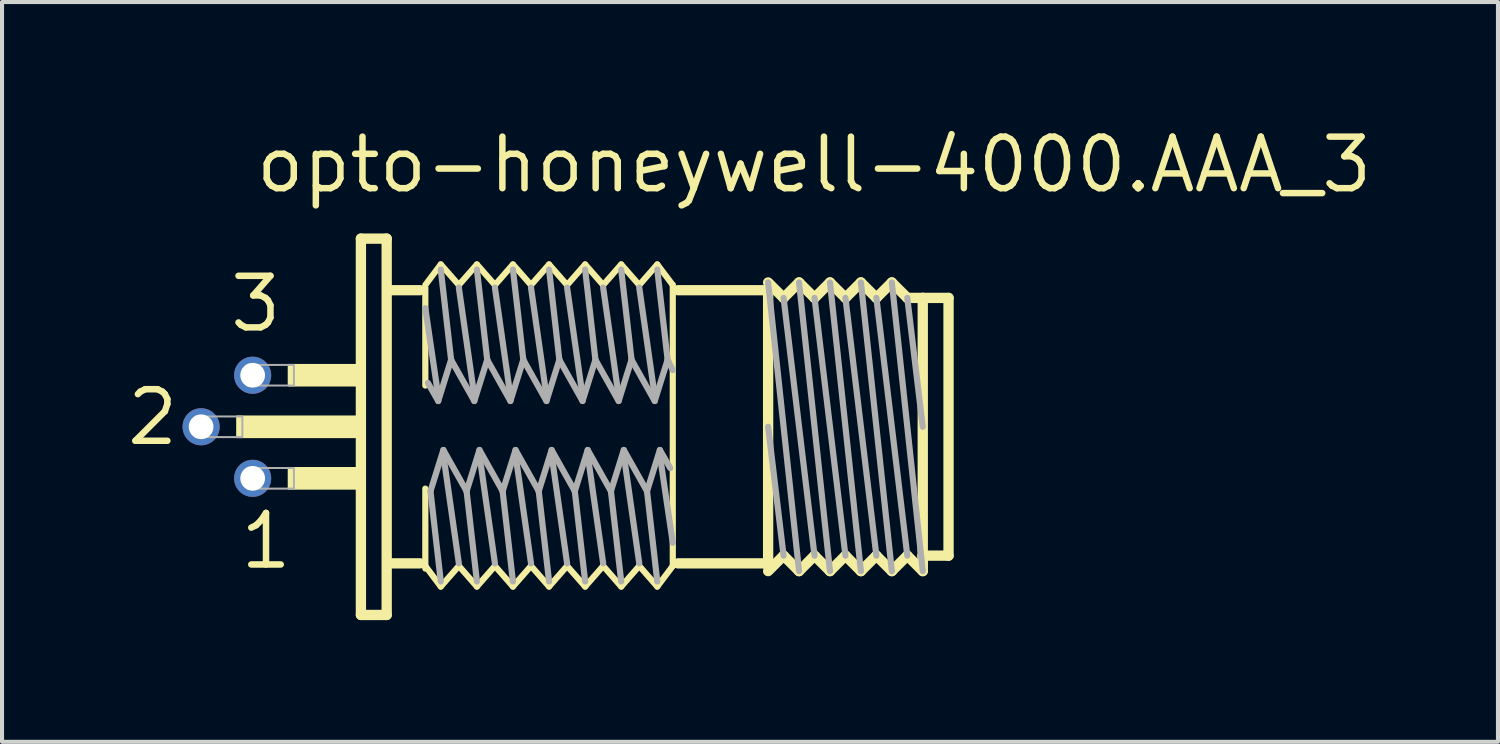
<source format=kicad_pcb>
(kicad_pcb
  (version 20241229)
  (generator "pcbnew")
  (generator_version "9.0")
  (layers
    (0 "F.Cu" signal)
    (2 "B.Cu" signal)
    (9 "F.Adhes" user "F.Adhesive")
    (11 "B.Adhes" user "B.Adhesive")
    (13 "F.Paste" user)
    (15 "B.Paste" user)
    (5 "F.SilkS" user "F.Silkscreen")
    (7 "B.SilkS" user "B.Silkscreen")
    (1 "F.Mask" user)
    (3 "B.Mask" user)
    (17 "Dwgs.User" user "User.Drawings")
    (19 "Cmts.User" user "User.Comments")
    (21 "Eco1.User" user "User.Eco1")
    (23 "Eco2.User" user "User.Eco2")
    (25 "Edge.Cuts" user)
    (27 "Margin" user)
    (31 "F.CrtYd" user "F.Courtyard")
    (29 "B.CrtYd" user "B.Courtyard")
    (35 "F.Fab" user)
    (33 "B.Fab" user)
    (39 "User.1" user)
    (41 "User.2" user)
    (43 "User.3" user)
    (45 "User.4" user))
  (footprint "opto-honeywell-4000.AAA_3"
    (layer "F.Cu")
    (at 5.715 7.465)
    (property "Reference" "opto-honeywell-4000.AAA_3" (at -2.54 -5.715 0) (layer "F.SilkS") (effects (font (size 1.27 1.27) (thickness 0.16)) (justify left bottom)))
    (attr through_hole)
    (fp_line (start 0.127 -4.636) (end 0.762 -4.636) (stroke (width 0.254) (type default)) (layer "F.SilkS"))
    (fp_line (start 0.127 4.636) (end 0.127 -4.636) (stroke (width 0.254) (type default)) (layer "F.SilkS"))
    (fp_line (start 0.762 -4.636) (end 0.762 4.636) (stroke (width 0.254) (type default)) (layer "F.SilkS"))
    (fp_line (start 0.762 4.636) (end 0.127 4.636) (stroke (width 0.254) (type default)) (layer "F.SilkS"))
    (fp_line (start 0.889 -3.365) (end 1.587 -3.365) (stroke (width 0.254) (type default)) (layer "F.SilkS"))
    (fp_line (start 0.889 3.365) (end 1.587 3.365) (stroke (width 0.254) (type default)) (layer "F.SilkS"))
    (fp_line (start 1.714 -3.493) (end 2.095 -4) (stroke (width 0.152) (type default)) (layer "F.SilkS"))
    (fp_line (start 1.714 -1.016) (end 1.714 -3.429) (stroke (width 0.152) (type default)) (layer "F.SilkS"))
    (fp_line (start 1.714 3.429) (end 1.714 1.524) (stroke (width 0.152) (type default)) (layer "F.SilkS"))
    (fp_line (start 1.714 3.493) (end 1.714 3.429) (stroke (width 0.152) (type default)) (layer "F.SilkS"))
    (fp_line (start 2.095 -4) (end 2.54 -3.493) (stroke (width 0.152) (type default)) (layer "F.SilkS"))
    (fp_line (start 2.095 3.937) (end 1.714 3.429) (stroke (width 0.152) (type default)) (layer "F.SilkS"))
    (fp_line (start 2.54 -3.493) (end 2.985 -4) (stroke (width 0.152) (type default)) (layer "F.SilkS"))
    (fp_line (start 2.54 3.429) (end 2.095 3.937) (stroke (width 0.152) (type default)) (layer "F.SilkS"))
    (fp_line (start 2.985 -4) (end 3.429 -3.493) (stroke (width 0.152) (type default)) (layer "F.SilkS"))
    (fp_line (start 2.985 3.937) (end 2.54 3.429) (stroke (width 0.152) (type default)) (layer "F.SilkS"))
    (fp_line (start 3.429 -3.493) (end 3.873 -4) (stroke (width 0.152) (type default)) (layer "F.SilkS"))
    (fp_line (start 3.429 3.429) (end 2.985 3.937) (stroke (width 0.152) (type default)) (layer "F.SilkS"))
    (fp_line (start 3.873 -4) (end 4.318 -3.493) (stroke (width 0.152) (type default)) (layer "F.SilkS"))
    (fp_line (start 3.873 3.937) (end 3.429 3.429) (stroke (width 0.152) (type default)) (layer "F.SilkS"))
    (fp_line (start 4.318 -3.493) (end 4.763 -4) (stroke (width 0.152) (type default)) (layer "F.SilkS"))
    (fp_line (start 4.318 3.429) (end 3.873 3.937) (stroke (width 0.152) (type default)) (layer "F.SilkS"))
    (fp_line (start 4.763 -4) (end 5.207 -3.493) (stroke (width 0.152) (type default)) (layer "F.SilkS"))
    (fp_line (start 4.763 3.937) (end 4.318 3.429) (stroke (width 0.152) (type default)) (layer "F.SilkS"))
    (fp_line (start 5.207 -3.493) (end 5.652 -4) (stroke (width 0.152) (type default)) (layer "F.SilkS"))
    (fp_line (start 5.207 3.429) (end 4.763 3.937) (stroke (width 0.152) (type default)) (layer "F.SilkS"))
    (fp_line (start 5.652 -4) (end 6.096 -3.493) (stroke (width 0.152) (type default)) (layer "F.SilkS"))
    (fp_line (start 5.652 3.937) (end 5.207 3.429) (stroke (width 0.152) (type default)) (layer "F.SilkS"))
    (fp_line (start 6.096 -3.493) (end 6.54 -4) (stroke (width 0.152) (type default)) (layer "F.SilkS"))
    (fp_line (start 6.096 3.429) (end 5.652 3.937) (stroke (width 0.152) (type default)) (layer "F.SilkS"))
    (fp_line (start 6.54 -4) (end 6.985 -3.493) (stroke (width 0.152) (type default)) (layer "F.SilkS"))
    (fp_line (start 6.54 3.937) (end 6.096 3.429) (stroke (width 0.152) (type default)) (layer "F.SilkS"))
    (fp_line (start 6.985 -3.493) (end 7.429 -4) (stroke (width 0.152) (type default)) (layer "F.SilkS"))
    (fp_line (start 6.985 3.429) (end 6.54 3.937) (stroke (width 0.152) (type default)) (layer "F.SilkS"))
    (fp_line (start 7.429 -4) (end 7.811 -3.493) (stroke (width 0.152) (type default)) (layer "F.SilkS"))
    (fp_line (start 7.429 3.937) (end 6.985 3.429) (stroke (width 0.152) (type default)) (layer "F.SilkS"))
    (fp_line (start 7.811 -3.493) (end 7.811 3.429) (stroke (width 0.152) (type default)) (layer "F.SilkS"))
    (fp_line (start 7.811 3.429) (end 7.429 3.937) (stroke (width 0.152) (type default)) (layer "F.SilkS"))
    (fp_line (start 7.938 -3.365) (end 10.16 -3.365) (stroke (width 0.254) (type default)) (layer "F.SilkS"))
    (fp_line (start 10.16 -3.556) (end 10.541 -3.175) (stroke (width 0.254) (type default)) (layer "F.SilkS"))
    (fp_line (start 10.16 -3.365) (end 10.16 -3.429) (stroke (width 0.254) (type default)) (layer "F.SilkS"))
    (fp_line (start 10.16 3.365) (end 7.938 3.365) (stroke (width 0.254) (type default)) (layer "F.SilkS"))
    (fp_line (start 10.16 3.365) (end 10.16 -3.365) (stroke (width 0.254) (type default)) (layer "F.SilkS"))
    (fp_line (start 10.16 3.429) (end 10.16 3.365) (stroke (width 0.254) (type default)) (layer "F.SilkS"))
    (fp_line (start 10.541 -3.175) (end 10.922 -3.556) (stroke (width 0.254) (type default)) (layer "F.SilkS"))
    (fp_line (start 10.541 3.175) (end 10.16 3.556) (stroke (width 0.254) (type default)) (layer "F.SilkS"))
    (fp_line (start 10.922 -3.556) (end 11.303 -3.175) (stroke (width 0.254) (type default)) (layer "F.SilkS"))
    (fp_line (start 10.922 3.556) (end 10.541 3.175) (stroke (width 0.254) (type default)) (layer "F.SilkS"))
    (fp_line (start 10.922 3.556) (end 11.303 3.175) (stroke (width 0.254) (type default)) (layer "F.SilkS"))
    (fp_line (start 11.303 -3.175) (end 11.684 -3.556) (stroke (width 0.254) (type default)) (layer "F.SilkS"))
    (fp_line (start 11.303 3.175) (end 11.684 3.556) (stroke (width 0.254) (type default)) (layer "F.SilkS"))
    (fp_line (start 11.684 -3.556) (end 12.065 -3.175) (stroke (width 0.254) (type default)) (layer "F.SilkS"))
    (fp_line (start 12.065 -3.175) (end 12.446 -3.556) (stroke (width 0.254) (type default)) (layer "F.SilkS"))
    (fp_line (start 12.065 3.175) (end 11.684 3.556) (stroke (width 0.254) (type default)) (layer "F.SilkS"))
    (fp_line (start 12.446 -3.556) (end 12.827 -3.175) (stroke (width 0.254) (type default)) (layer "F.SilkS"))
    (fp_line (start 12.446 3.556) (end 12.065 3.175) (stroke (width 0.254) (type default)) (layer "F.SilkS"))
    (fp_line (start 12.827 -3.175) (end 13.208 -3.556) (stroke (width 0.254) (type default)) (layer "F.SilkS"))
    (fp_line (start 12.827 3.175) (end 12.446 3.556) (stroke (width 0.254) (type default)) (layer "F.SilkS"))
    (fp_line (start 13.208 -3.556) (end 13.589 -3.175) (stroke (width 0.254) (type default)) (layer "F.SilkS"))
    (fp_line (start 13.208 3.556) (end 12.827 3.175) (stroke (width 0.254) (type default)) (layer "F.SilkS"))
    (fp_line (start 13.589 -3.175) (end 13.97 -3.175) (stroke (width 0.254) (type default)) (layer "F.SilkS"))
    (fp_line (start 13.589 3.175) (end 13.208 3.556) (stroke (width 0.254) (type default)) (layer "F.SilkS"))
    (fp_line (start 13.97 -3.175) (end 14.605 -3.175) (stroke (width 0.254) (type default)) (layer "F.SilkS"))
    (fp_line (start 13.97 3.175) (end 13.97 -3.175) (stroke (width 0.254) (type default)) (layer "F.SilkS"))
    (fp_line (start 13.97 3.175) (end 13.97 3.556) (stroke (width 0.254) (type default)) (layer "F.SilkS"))
    (fp_line (start 13.97 3.429) (end 13.97 3.175) (stroke (width 0.254) (type default)) (layer "F.SilkS"))
    (fp_line (start 13.97 3.556) (end 13.589 3.175) (stroke (width 0.254) (type default)) (layer "F.SilkS"))
    (fp_line (start 14.605 -3.175) (end 14.605 3.175) (stroke (width 0.254) (type default)) (layer "F.SilkS"))
    (fp_line (start 14.605 3.175) (end 13.97 3.175) (stroke (width 0.254) (type default)) (layer "F.SilkS"))
    (fp_rect (start -2.921 0.254) (end 0 -0.254) (stroke (width 0.05) (type default)) (fill yes) (layer "F.SilkS"))
    (fp_rect (start -1.651 -1.016) (end 0 -1.524) (stroke (width 0.05) (type default)) (fill yes) (layer "F.SilkS"))
    (fp_rect (start -1.651 1.524) (end 0 1.016) (stroke (width 0.05) (type default)) (fill yes) (layer "F.SilkS"))
    (fp_line (start 1.714 -2.921) (end 2.032 -0.762) (stroke (width 0.152) (type default)) (layer "F.Fab"))
    (fp_line (start 1.778 -1.079) (end 2.032 -0.635) (stroke (width 0.152) (type default)) (layer "F.Fab"))
    (fp_line (start 2.032 -0.635) (end 2.349 -1.651) (stroke (width 0.152) (type default)) (layer "F.Fab"))
    (fp_line (start 2.095 -3.873) (end 2.349 -1.651) (stroke (width 0.152) (type default)) (layer "F.Fab"))
    (fp_line (start 2.095 3.81) (end 1.841 1.587) (stroke (width 0.152) (type default)) (layer "F.Fab"))
    (fp_line (start 2.159 0.572) (end 1.841 1.587) (stroke (width 0.152) (type default)) (layer "F.Fab"))
    (fp_line (start 2.349 -1.651) (end 2.921 -0.635) (stroke (width 0.152) (type default)) (layer "F.Fab"))
    (fp_line (start 2.54 -3.429) (end 2.921 -0.762) (stroke (width 0.152) (type default)) (layer "F.Fab"))
    (fp_line (start 2.54 3.365) (end 2.159 0.699) (stroke (width 0.152) (type default)) (layer "F.Fab"))
    (fp_line (start 2.731 1.587) (end 2.159 0.572) (stroke (width 0.152) (type default)) (layer "F.Fab"))
    (fp_line (start 2.921 -0.635) (end 3.239 -1.651) (stroke (width 0.152) (type default)) (layer "F.Fab"))
    (fp_line (start 2.985 -3.873) (end 3.239 -1.651) (stroke (width 0.152) (type default)) (layer "F.Fab"))
    (fp_line (start 2.985 3.81) (end 2.731 1.587) (stroke (width 0.152) (type default)) (layer "F.Fab"))
    (fp_line (start 3.048 0.572) (end 2.731 1.587) (stroke (width 0.152) (type default)) (layer "F.Fab"))
    (fp_line (start 3.239 -1.651) (end 3.81 -0.635) (stroke (width 0.152) (type default)) (layer "F.Fab"))
    (fp_line (start 3.429 -3.429) (end 3.81 -0.762) (stroke (width 0.152) (type default)) (layer "F.Fab"))
    (fp_line (start 3.429 3.365) (end 3.048 0.699) (stroke (width 0.152) (type default)) (layer "F.Fab"))
    (fp_line (start 3.619 1.587) (end 3.048 0.572) (stroke (width 0.152) (type default)) (layer "F.Fab"))
    (fp_line (start 3.81 -0.635) (end 4.128 -1.651) (stroke (width 0.152) (type default)) (layer "F.Fab"))
    (fp_line (start 3.873 -3.873) (end 4.128 -1.651) (stroke (width 0.152) (type default)) (layer "F.Fab"))
    (fp_line (start 3.873 3.81) (end 3.619 1.587) (stroke (width 0.152) (type default)) (layer "F.Fab"))
    (fp_line (start 3.937 0.572) (end 3.619 1.587) (stroke (width 0.152) (type default)) (layer "F.Fab"))
    (fp_line (start 4.128 -1.651) (end 4.699 -0.635) (stroke (width 0.152) (type default)) (layer "F.Fab"))
    (fp_line (start 4.318 -3.429) (end 4.699 -0.762) (stroke (width 0.152) (type default)) (layer "F.Fab"))
    (fp_line (start 4.318 3.365) (end 3.937 0.699) (stroke (width 0.152) (type default)) (layer "F.Fab"))
    (fp_line (start 4.508 1.587) (end 3.937 0.572) (stroke (width 0.152) (type default)) (layer "F.Fab"))
    (fp_line (start 4.699 -0.635) (end 5.016 -1.651) (stroke (width 0.152) (type default)) (layer "F.Fab"))
    (fp_line (start 4.763 -3.873) (end 5.016 -1.651) (stroke (width 0.152) (type default)) (layer "F.Fab"))
    (fp_line (start 4.763 3.81) (end 4.508 1.587) (stroke (width 0.152) (type default)) (layer "F.Fab"))
    (fp_line (start 4.826 0.572) (end 4.508 1.587) (stroke (width 0.152) (type default)) (layer "F.Fab"))
    (fp_line (start 5.016 -1.651) (end 5.588 -0.635) (stroke (width 0.152) (type default)) (layer "F.Fab"))
    (fp_line (start 5.207 -3.429) (end 5.588 -0.762) (stroke (width 0.152) (type default)) (layer "F.Fab"))
    (fp_line (start 5.207 3.365) (end 4.826 0.699) (stroke (width 0.152) (type default)) (layer "F.Fab"))
    (fp_line (start 5.397 1.587) (end 4.826 0.572) (stroke (width 0.152) (type default)) (layer "F.Fab"))
    (fp_line (start 5.588 -0.635) (end 5.905 -1.651) (stroke (width 0.152) (type default)) (layer "F.Fab"))
    (fp_line (start 5.652 -3.873) (end 5.905 -1.651) (stroke (width 0.152) (type default)) (layer "F.Fab"))
    (fp_line (start 5.652 3.81) (end 5.397 1.587) (stroke (width 0.152) (type default)) (layer "F.Fab"))
    (fp_line (start 5.715 0.572) (end 5.397 1.587) (stroke (width 0.152) (type default)) (layer "F.Fab"))
    (fp_line (start 5.905 -1.651) (end 6.477 -0.635) (stroke (width 0.152) (type default)) (layer "F.Fab"))
    (fp_line (start 6.096 -3.429) (end 6.477 -0.762) (stroke (width 0.152) (type default)) (layer "F.Fab"))
    (fp_line (start 6.096 3.365) (end 5.715 0.699) (stroke (width 0.152) (type default)) (layer "F.Fab"))
    (fp_line (start 6.287 1.587) (end 5.715 0.572) (stroke (width 0.152) (type default)) (layer "F.Fab"))
    (fp_line (start 6.477 -0.635) (end 6.795 -1.651) (stroke (width 0.152) (type default)) (layer "F.Fab"))
    (fp_line (start 6.54 -3.873) (end 6.795 -1.651) (stroke (width 0.152) (type default)) (layer "F.Fab"))
    (fp_line (start 6.54 3.81) (end 6.287 1.587) (stroke (width 0.152) (type default)) (layer "F.Fab"))
    (fp_line (start 6.604 0.572) (end 6.287 1.587) (stroke (width 0.152) (type default)) (layer "F.Fab"))
    (fp_line (start 6.795 -1.651) (end 7.366 -0.635) (stroke (width 0.152) (type default)) (layer "F.Fab"))
    (fp_line (start 6.985 -3.429) (end 7.366 -0.762) (stroke (width 0.152) (type default)) (layer "F.Fab"))
    (fp_line (start 6.985 3.365) (end 6.604 0.699) (stroke (width 0.152) (type default)) (layer "F.Fab"))
    (fp_line (start 7.176 1.587) (end 6.604 0.572) (stroke (width 0.152) (type default)) (layer "F.Fab"))
    (fp_line (start 7.366 -0.635) (end 7.684 -1.651) (stroke (width 0.152) (type default)) (layer "F.Fab"))
    (fp_line (start 7.429 -3.873) (end 7.684 -1.651) (stroke (width 0.152) (type default)) (layer "F.Fab"))
    (fp_line (start 7.429 3.81) (end 7.176 1.587) (stroke (width 0.152) (type default)) (layer "F.Fab"))
    (fp_line (start 7.493 0.572) (end 7.176 1.587) (stroke (width 0.152) (type default)) (layer "F.Fab"))
    (fp_line (start 7.684 -1.651) (end 7.811 -1.397) (stroke (width 0.152) (type default)) (layer "F.Fab"))
    (fp_line (start 7.747 1.016) (end 7.493 0.572) (stroke (width 0.152) (type default)) (layer "F.Fab"))
    (fp_line (start 7.811 2.857) (end 7.493 0.699) (stroke (width 0.152) (type default)) (layer "F.Fab"))
    (fp_line (start 10.16 -3.556) (end 10.922 3.556) (stroke (width 0.152) (type default)) (layer "F.Fab"))
    (fp_line (start 10.541 -3.175) (end 11.303 3.175) (stroke (width 0.152) (type default)) (layer "F.Fab"))
    (fp_line (start 10.541 3.175) (end 10.16 0) (stroke (width 0.152) (type default)) (layer "F.Fab"))
    (fp_line (start 10.922 -3.556) (end 11.684 3.556) (stroke (width 0.152) (type default)) (layer "F.Fab"))
    (fp_line (start 11.303 -3.175) (end 12.065 3.175) (stroke (width 0.152) (type default)) (layer "F.Fab"))
    (fp_line (start 11.684 -3.556) (end 12.446 3.556) (stroke (width 0.152) (type default)) (layer "F.Fab"))
    (fp_line (start 12.065 -3.175) (end 12.827 3.175) (stroke (width 0.152) (type default)) (layer "F.Fab"))
    (fp_line (start 12.446 -3.556) (end 13.208 3.556) (stroke (width 0.152) (type default)) (layer "F.Fab"))
    (fp_line (start 12.827 -3.175) (end 13.589 3.175) (stroke (width 0.152) (type default)) (layer "F.Fab"))
    (fp_line (start 13.208 -3.556) (end 13.97 3.556) (stroke (width 0.152) (type default)) (layer "F.Fab"))
    (fp_line (start 13.97 0) (end 13.589 -3.175) (stroke (width 0.152) (type default)) (layer "F.Fab"))
    (fp_rect (start -3.937 0.254) (end -2.794 -0.254) (stroke (width 0.05) (type default)) (fill no) (layer "F.Fab"))
    (fp_rect (start -2.667 -1.016) (end -1.524 -1.524) (stroke (width 0.05) (type default)) (fill no) (layer "F.Fab"))
    (fp_rect (start -2.667 1.524) (end -1.524 1.016) (stroke (width 0.05) (type default)) (fill no) (layer "F.Fab"))
    (fp_text user "2" (at -5.715 0.508 0) (layer "F.SilkS") (effects (font (size 1.27 1.27) (thickness 0.16)) (justify left bottom)))
    (fp_text user "1" (at -2.921 3.556 0) (layer "F.SilkS") (effects (font (size 1.27 1.27) (thickness 0.16)) (justify left bottom)))
    (fp_text user "3" (at -3.175 -2.286 0) (layer "F.SilkS") (effects (font (size 1.27 1.27) (thickness 0.16)) (justify left bottom)))
    (pad "1" thru_hole circle (at -2.54 1.27) (size 0.914 0.914) (drill 0.61) (layers "*.Cu" "*.Mask"))
    (pad "2" thru_hole circle (at -3.81 0) (size 0.914 0.914) (drill 0.61) (layers "*.Cu" "*.Mask"))
    (pad "3" thru_hole circle (at -2.54 -1.27) (size 0.914 0.914) (drill 0.61) (layers "*.Cu" "*.Mask")))
  (gr_rect
    (start -3 -3)
    (end 33.857 15.227)
    (stroke (width 0.1) (type default))
    (fill no)
    (layer "Edge.Cuts")))
</source>
